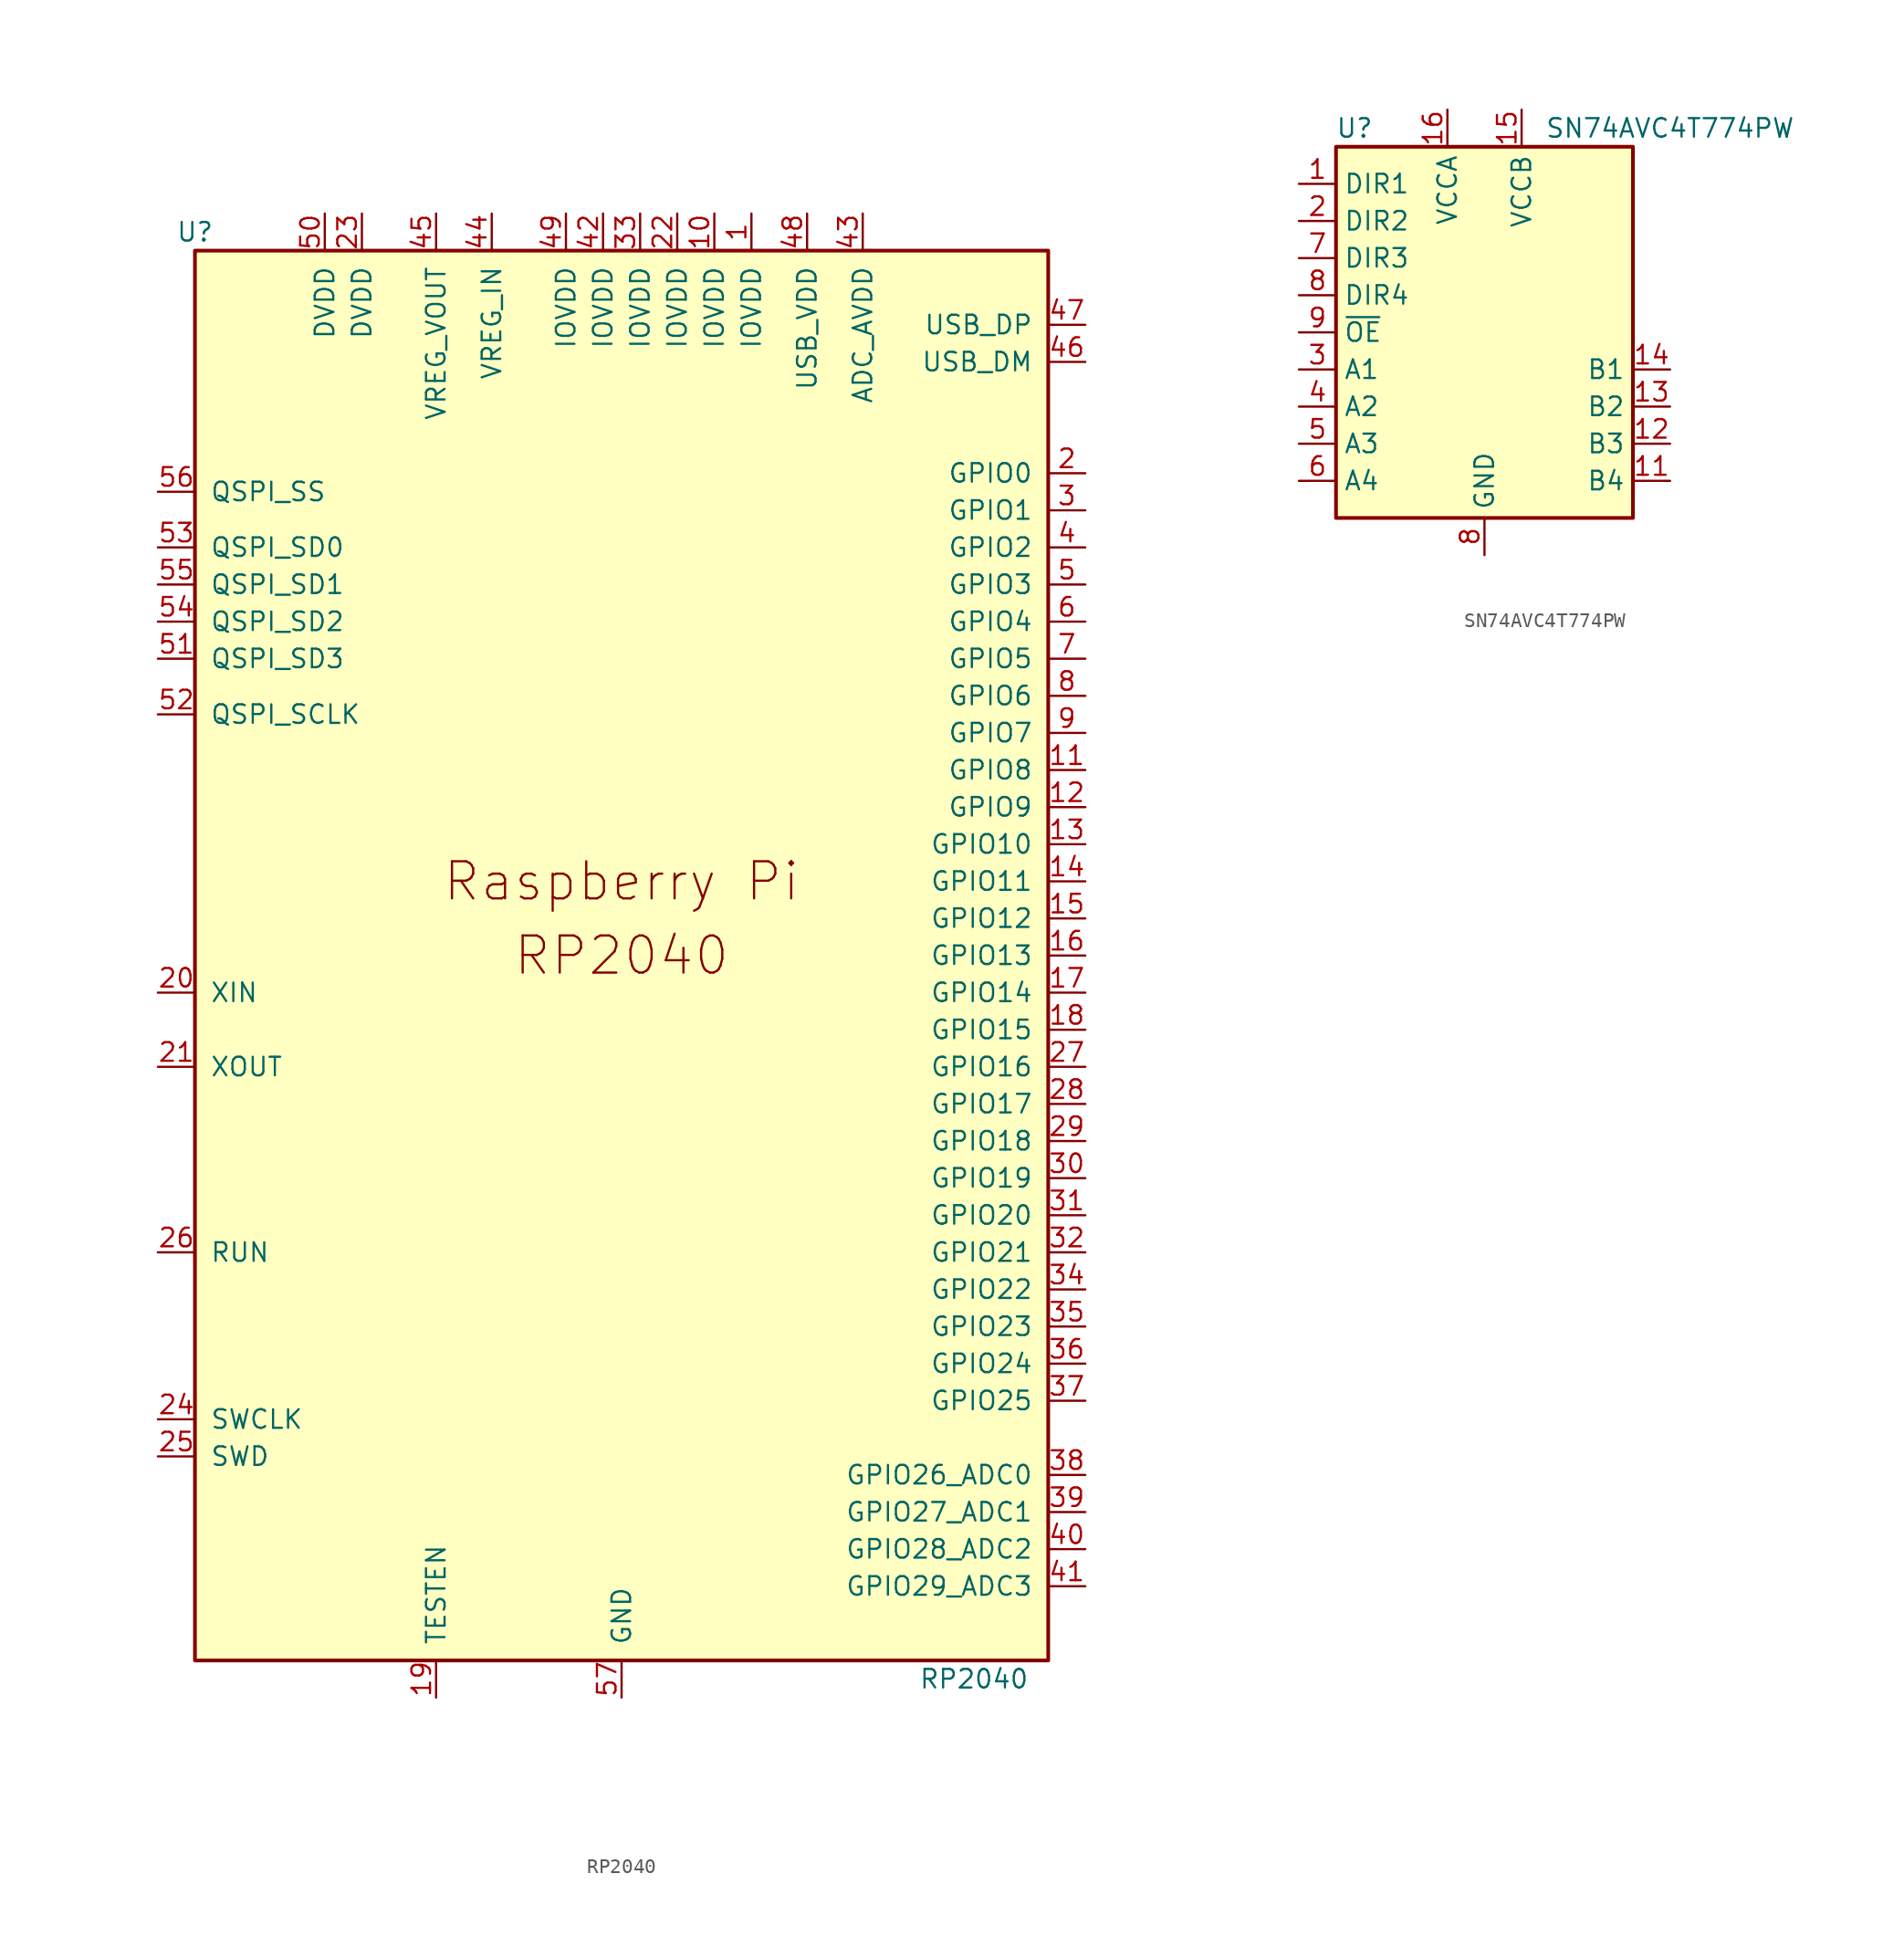
<source format=kicad_sym>
(kicad_symbol_lib
  (version 20201005)
  (generator kicad_symbol_editor)
  (symbol "symbols:RP2040"
    (pin_names
      (offset 1.016))
    (property "Reference" "U"
      (at -29.21 49.53 0)
      (effects (font (size 1.27 1.27))))
    (property "Value" "RP2040"
      (at 24.13 -49.53 0)
      (effects (font (size 1.27 1.27))))
    (symbol "RP2040_0_0"
      (text "Raspberry Pi" (at 0 5.08 0) (effects (font (size 2.54 2.54))))
      (text "RP2040" (at 0 0 0) (effects (font (size 2.54 2.54)))))
    (symbol "RP2040_0_1"
      (rectangle (start 29.21 48.26) (end -29.21 -48.26) (stroke (width 0.254)) (fill (type background))))
    (symbol "RP2040_1_1"
      (pin power_in line (at 8.89 50.8 270) (length 2.54) (name "IOVDD" (effects (font (size 1.27 1.27)))) (number "1" (effects (font (size 1.27 1.27)))))
      (pin power_in line (at 6.35 50.8 270) (length 2.54) (name "IOVDD" (effects (font (size 1.27 1.27)))) (number "10" (effects (font (size 1.27 1.27)))))
      (pin bidirectional line (at 31.75 12.7 180) (length 2.54) (name "GPIO8" (effects (font (size 1.27 1.27)))) (number "11" (effects (font (size 1.27 1.27)))))
      (pin bidirectional line (at 31.75 10.16 180) (length 2.54) (name "GPIO9" (effects (font (size 1.27 1.27)))) (number "12" (effects (font (size 1.27 1.27)))))
      (pin bidirectional line (at 31.75 7.62 180) (length 2.54) (name "GPIO10" (effects (font (size 1.27 1.27)))) (number "13" (effects (font (size 1.27 1.27)))))
      (pin bidirectional line (at 31.75 5.08 180) (length 2.54) (name "GPIO11" (effects (font (size 1.27 1.27)))) (number "14" (effects (font (size 1.27 1.27)))))
      (pin bidirectional line (at 31.75 2.54 180) (length 2.54) (name "GPIO12" (effects (font (size 1.27 1.27)))) (number "15" (effects (font (size 1.27 1.27)))))
      (pin bidirectional line (at 31.75 0 180) (length 2.54) (name "GPIO13" (effects (font (size 1.27 1.27)))) (number "16" (effects (font (size 1.27 1.27)))))
      (pin bidirectional line (at 31.75 -2.54 180) (length 2.54) (name "GPIO14" (effects (font (size 1.27 1.27)))) (number "17" (effects (font (size 1.27 1.27)))))
      (pin bidirectional line (at 31.75 -5.08 180) (length 2.54) (name "GPIO15" (effects (font (size 1.27 1.27)))) (number "18" (effects (font (size 1.27 1.27)))))
      (pin passive line (at -12.7 -50.8 90) (length 2.54) (name "TESTEN" (effects (font (size 1.27 1.27)))) (number "19" (effects (font (size 1.27 1.27)))))
      (pin bidirectional line (at 31.75 33.02 180) (length 2.54) (name "GPIO0" (effects (font (size 1.27 1.27)))) (number "2" (effects (font (size 1.27 1.27)))))
      (pin input line (at -31.75 -2.54 0) (length 2.54) (name "XIN" (effects (font (size 1.27 1.27)))) (number "20" (effects (font (size 1.27 1.27)))))
      (pin passive line (at -31.75 -7.62 0) (length 2.54) (name "XOUT" (effects (font (size 1.27 1.27)))) (number "21" (effects (font (size 1.27 1.27)))))
      (pin power_in line (at 3.81 50.8 270) (length 2.54) (name "IOVDD" (effects (font (size 1.27 1.27)))) (number "22" (effects (font (size 1.27 1.27)))))
      (pin power_in line (at -17.78 50.8 270) (length 2.54) (name "DVDD" (effects (font (size 1.27 1.27)))) (number "23" (effects (font (size 1.27 1.27)))))
      (pin output line (at -31.75 -31.75 0) (length 2.54) (name "SWCLK" (effects (font (size 1.27 1.27)))) (number "24" (effects (font (size 1.27 1.27)))))
      (pin bidirectional line (at -31.75 -34.29 0) (length 2.54) (name "SWD" (effects (font (size 1.27 1.27)))) (number "25" (effects (font (size 1.27 1.27)))))
      (pin input line (at -31.75 -20.32 0) (length 2.54) (name "RUN" (effects (font (size 1.27 1.27)))) (number "26" (effects (font (size 1.27 1.27)))))
      (pin bidirectional line (at 31.75 -7.62 180) (length 2.54) (name "GPIO16" (effects (font (size 1.27 1.27)))) (number "27" (effects (font (size 1.27 1.27)))))
      (pin bidirectional line (at 31.75 -10.16 180) (length 2.54) (name "GPIO17" (effects (font (size 1.27 1.27)))) (number "28" (effects (font (size 1.27 1.27)))))
      (pin bidirectional line (at 31.75 -12.7 180) (length 2.54) (name "GPIO18" (effects (font (size 1.27 1.27)))) (number "29" (effects (font (size 1.27 1.27)))))
      (pin bidirectional line (at 31.75 30.48 180) (length 2.54) (name "GPIO1" (effects (font (size 1.27 1.27)))) (number "3" (effects (font (size 1.27 1.27)))))
      (pin bidirectional line (at 31.75 -15.24 180) (length 2.54) (name "GPIO19" (effects (font (size 1.27 1.27)))) (number "30" (effects (font (size 1.27 1.27)))))
      (pin bidirectional line (at 31.75 -17.78 180) (length 2.54) (name "GPIO20" (effects (font (size 1.27 1.27)))) (number "31" (effects (font (size 1.27 1.27)))))
      (pin bidirectional line (at 31.75 -20.32 180) (length 2.54) (name "GPIO21" (effects (font (size 1.27 1.27)))) (number "32" (effects (font (size 1.27 1.27)))))
      (pin power_in line (at 1.27 50.8 270) (length 2.54) (name "IOVDD" (effects (font (size 1.27 1.27)))) (number "33" (effects (font (size 1.27 1.27)))))
      (pin bidirectional line (at 31.75 -22.86 180) (length 2.54) (name "GPIO22" (effects (font (size 1.27 1.27)))) (number "34" (effects (font (size 1.27 1.27)))))
      (pin bidirectional line (at 31.75 -25.4 180) (length 2.54) (name "GPIO23" (effects (font (size 1.27 1.27)))) (number "35" (effects (font (size 1.27 1.27)))))
      (pin bidirectional line (at 31.75 -27.94 180) (length 2.54) (name "GPIO24" (effects (font (size 1.27 1.27)))) (number "36" (effects (font (size 1.27 1.27)))))
      (pin bidirectional line (at 31.75 -30.48 180) (length 2.54) (name "GPIO25" (effects (font (size 1.27 1.27)))) (number "37" (effects (font (size 1.27 1.27)))))
      (pin bidirectional line (at 31.75 -35.56 180) (length 2.54) (name "GPIO26_ADC0" (effects (font (size 1.27 1.27)))) (number "38" (effects (font (size 1.27 1.27)))))
      (pin bidirectional line (at 31.75 -38.1 180) (length 2.54) (name "GPIO27_ADC1" (effects (font (size 1.27 1.27)))) (number "39" (effects (font (size 1.27 1.27)))))
      (pin bidirectional line (at 31.75 27.94 180) (length 2.54) (name "GPIO2" (effects (font (size 1.27 1.27)))) (number "4" (effects (font (size 1.27 1.27)))))
      (pin bidirectional line (at 31.75 -40.64 180) (length 2.54) (name "GPIO28_ADC2" (effects (font (size 1.27 1.27)))) (number "40" (effects (font (size 1.27 1.27)))))
      (pin bidirectional line (at 31.75 -43.18 180) (length 2.54) (name "GPIO29_ADC3" (effects (font (size 1.27 1.27)))) (number "41" (effects (font (size 1.27 1.27)))))
      (pin power_in line (at -1.27 50.8 270) (length 2.54) (name "IOVDD" (effects (font (size 1.27 1.27)))) (number "42" (effects (font (size 1.27 1.27)))))
      (pin power_in line (at 16.51 50.8 270) (length 2.54) (name "ADC_AVDD" (effects (font (size 1.27 1.27)))) (number "43" (effects (font (size 1.27 1.27)))))
      (pin power_in line (at -8.89 50.8 270) (length 2.54) (name "VREG_IN" (effects (font (size 1.27 1.27)))) (number "44" (effects (font (size 1.27 1.27)))))
      (pin power_out line (at -12.7 50.8 270) (length 2.54) (name "VREG_VOUT" (effects (font (size 1.27 1.27)))) (number "45" (effects (font (size 1.27 1.27)))))
      (pin bidirectional line (at 31.75 40.64 180) (length 2.54) (name "USB_DM" (effects (font (size 1.27 1.27)))) (number "46" (effects (font (size 1.27 1.27)))))
      (pin bidirectional line (at 31.75 43.18 180) (length 2.54) (name "USB_DP" (effects (font (size 1.27 1.27)))) (number "47" (effects (font (size 1.27 1.27)))))
      (pin power_in line (at 12.7 50.8 270) (length 2.54) (name "USB_VDD" (effects (font (size 1.27 1.27)))) (number "48" (effects (font (size 1.27 1.27)))))
      (pin power_in line (at -3.81 50.8 270) (length 2.54) (name "IOVDD" (effects (font (size 1.27 1.27)))) (number "49" (effects (font (size 1.27 1.27)))))
      (pin bidirectional line (at 31.75 25.4 180) (length 2.54) (name "GPIO3" (effects (font (size 1.27 1.27)))) (number "5" (effects (font (size 1.27 1.27)))))
      (pin power_in line (at -20.32 50.8 270) (length 2.54) (name "DVDD" (effects (font (size 1.27 1.27)))) (number "50" (effects (font (size 1.27 1.27)))))
      (pin bidirectional line (at -31.75 20.32 0) (length 2.54) (name "QSPI_SD3" (effects (font (size 1.27 1.27)))) (number "51" (effects (font (size 1.27 1.27)))))
      (pin output line (at -31.75 16.51 0) (length 2.54) (name "QSPI_SCLK" (effects (font (size 1.27 1.27)))) (number "52" (effects (font (size 1.27 1.27)))))
      (pin bidirectional line (at -31.75 27.94 0) (length 2.54) (name "QSPI_SD0" (effects (font (size 1.27 1.27)))) (number "53" (effects (font (size 1.27 1.27)))))
      (pin bidirectional line (at -31.75 22.86 0) (length 2.54) (name "QSPI_SD2" (effects (font (size 1.27 1.27)))) (number "54" (effects (font (size 1.27 1.27)))))
      (pin bidirectional line (at -31.75 25.4 0) (length 2.54) (name "QSPI_SD1" (effects (font (size 1.27 1.27)))) (number "55" (effects (font (size 1.27 1.27)))))
      (pin bidirectional line (at -31.75 31.75 0) (length 2.54) (name "QSPI_SS" (effects (font (size 1.27 1.27)))) (number "56" (effects (font (size 1.27 1.27)))))
      (pin power_in line (at 0 -50.8 90) (length 2.54) (name "GND" (effects (font (size 1.27 1.27)))) (number "57" (effects (font (size 1.27 1.27)))))
      (pin bidirectional line (at 31.75 22.86 180) (length 2.54) (name "GPIO4" (effects (font (size 1.27 1.27)))) (number "6" (effects (font (size 1.27 1.27)))))
      (pin bidirectional line (at 31.75 20.32 180) (length 2.54) (name "GPIO5" (effects (font (size 1.27 1.27)))) (number "7" (effects (font (size 1.27 1.27)))))
      (pin bidirectional line (at 31.75 17.78 180) (length 2.54) (name "GPIO6" (effects (font (size 1.27 1.27)))) (number "8" (effects (font (size 1.27 1.27)))))
      (pin bidirectional line (at 31.75 15.24 180) (length 2.54) (name "GPIO7" (effects (font (size 1.27 1.27)))) (number "9" (effects (font (size 1.27 1.27)))))))
  (symbol "symbols:SN74AVC4T774PW"
    (property "Reference" "U"
      (at -8.89 13.97 0)
      (effects (font (size 1.27 1.27))))
    (property "Value" "SN74AVC4T774PW"
      (at 12.7 13.97 0)
      (effects (font (size 1.27 1.27))))
    (symbol "SN74AVC4T774PW_0_1"
      (rectangle (start -10.16 12.7) (end 10.16 -12.7) (stroke (width 0.254)) (fill (type background))))
    (symbol "SN74AVC4T774PW_1_1"
      (pin input line (at -12.7 10.16 0) (length 2.54) (name "DIR1" (effects (font (size 1.27 1.27)))) (number "1" (effects (font (size 1.27 1.27)))))
      (pin bidirectional line (at 12.7 -10.16 180) (length 2.54) (name "B4" (effects (font (size 1.27 1.27)))) (number "11" (effects (font (size 1.27 1.27)))))
      (pin bidirectional line (at 12.7 -7.62 180) (length 2.54) (name "B3" (effects (font (size 1.27 1.27)))) (number "12" (effects (font (size 1.27 1.27)))))
      (pin bidirectional line (at 12.7 -5.08 180) (length 2.54) (name "B2" (effects (font (size 1.27 1.27)))) (number "13" (effects (font (size 1.27 1.27)))))
      (pin bidirectional line (at 12.7 -2.54 180) (length 2.54) (name "B1" (effects (font (size 1.27 1.27)))) (number "14" (effects (font (size 1.27 1.27)))))
      (pin power_in line (at 2.54 15.24 270) (length 2.54) (name "VCCB" (effects (font (size 1.27 1.27)))) (number "15" (effects (font (size 1.27 1.27)))))
      (pin power_in line (at -2.54 15.24 270) (length 2.54) (name "VCCA" (effects (font (size 1.27 1.27)))) (number "16" (effects (font (size 1.27 1.27)))))
      (pin input line (at -12.7 7.62 0) (length 2.54) (name "DIR2" (effects (font (size 1.27 1.27)))) (number "2" (effects (font (size 1.27 1.27)))))
      (pin bidirectional line (at -12.7 -2.54 0) (length 2.54) (name "A1" (effects (font (size 1.27 1.27)))) (number "3" (effects (font (size 1.27 1.27)))))
      (pin bidirectional line (at -12.7 -5.08 0) (length 2.54) (name "A2" (effects (font (size 1.27 1.27)))) (number "4" (effects (font (size 1.27 1.27)))))
      (pin bidirectional line (at -12.7 -7.62 0) (length 2.54) (name "A3" (effects (font (size 1.27 1.27)))) (number "5" (effects (font (size 1.27 1.27)))))
      (pin bidirectional line (at -12.7 -10.16 0) (length 2.54) (name "A4" (effects (font (size 1.27 1.27)))) (number "6" (effects (font (size 1.27 1.27)))))
      (pin input line (at -12.7 5.08 0) (length 2.54) (name "DIR3" (effects (font (size 1.27 1.27)))) (number "7" (effects (font (size 1.27 1.27)))))
      (pin input line (at -12.7 2.54 0) (length 2.54) (name "DIR4" (effects (font (size 1.27 1.27)))) (number "8" (effects (font (size 1.27 1.27)))))
      (pin power_in line (at 0 -15.24 90) (length 2.54) (name "GND" (effects (font (size 1.27 1.27)))) (number "8" (effects (font (size 1.27 1.27)))))
      (pin passive line (at -12.7 0 0) (length 2.54) (name "~OE" (effects (font (size 1.27 1.27)))) (number "9" (effects (font (size 1.27 1.27))))))))
</source>
